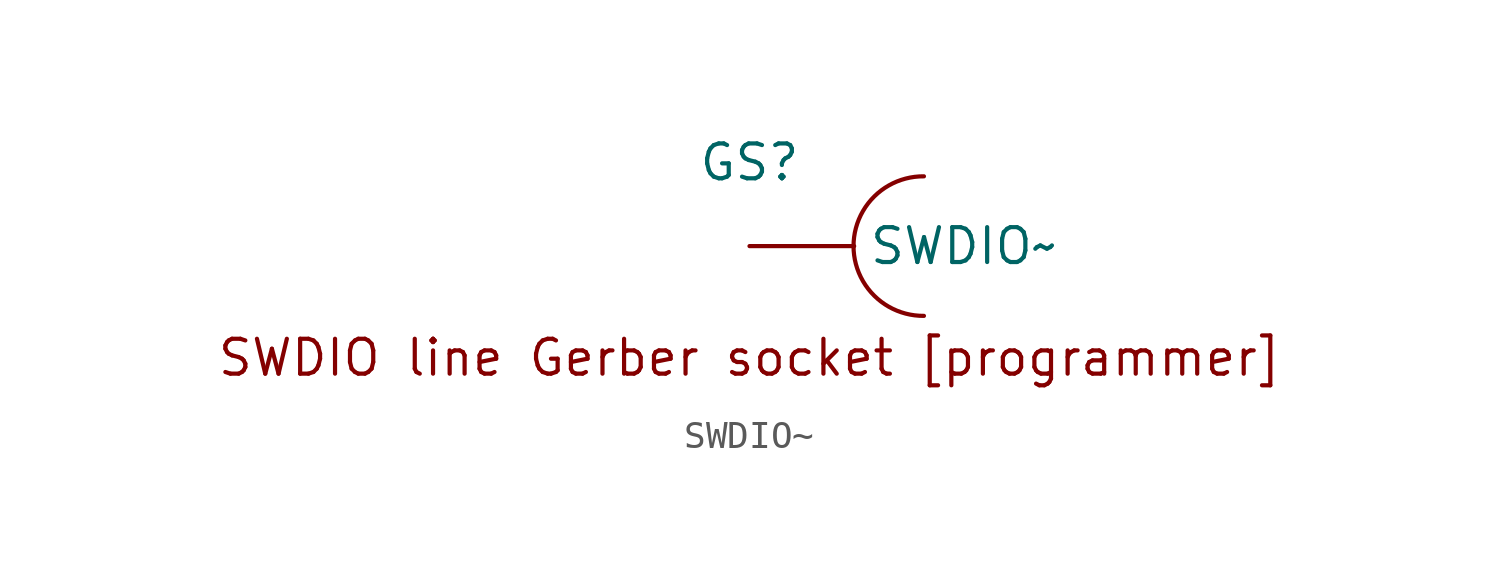
<source format=kicad_sym>
(kicad_symbol_lib
  (version 20241209)
  (generator "kicad_symbol_editor")
  (generator_version "9.0")
  (symbol "SWDIO~"
    (pin_numbers
      (hide yes))
    (property "Reference" "GS"
      (at 0 3.048 0)
      (effects (font (size 1.27 1.27))))
    (symbol "SWDIO~_0_1"
      (arc (start 6.35 -2.54) (mid 3.7874 0) (end 6.35 2.54) (stroke (width 0) (type default)) (fill (type none))))
    (symbol "SWDIO~_1_1"
      (text "SWDIO line Gerber socket [programmer]" (at 0 -4.064 0) (effects (font (size 1.27 1.27))))
      (pin bidirectional line (at 0 0 0) (length 3.81) (name "SWDIO~" (effects (font (size 1.27 1.27)))) (number "1" (effects (font (size 1.27 1.27))))))))
</source>
